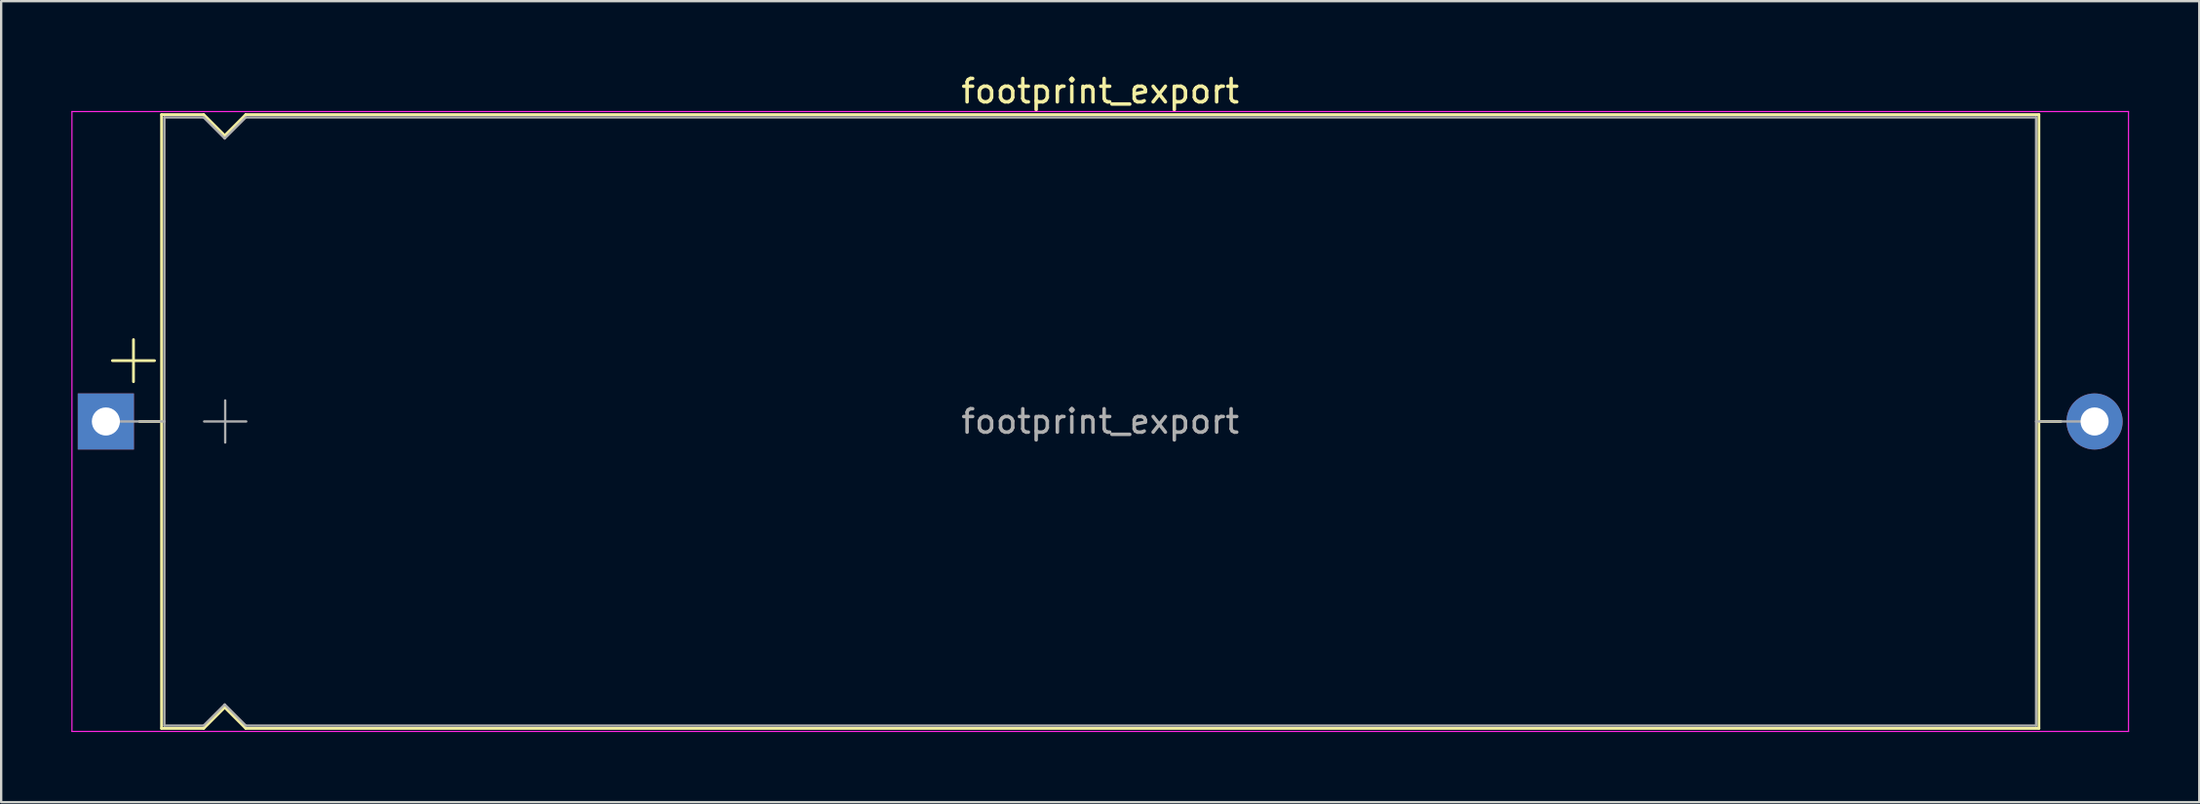
<source format=kicad_pcb>
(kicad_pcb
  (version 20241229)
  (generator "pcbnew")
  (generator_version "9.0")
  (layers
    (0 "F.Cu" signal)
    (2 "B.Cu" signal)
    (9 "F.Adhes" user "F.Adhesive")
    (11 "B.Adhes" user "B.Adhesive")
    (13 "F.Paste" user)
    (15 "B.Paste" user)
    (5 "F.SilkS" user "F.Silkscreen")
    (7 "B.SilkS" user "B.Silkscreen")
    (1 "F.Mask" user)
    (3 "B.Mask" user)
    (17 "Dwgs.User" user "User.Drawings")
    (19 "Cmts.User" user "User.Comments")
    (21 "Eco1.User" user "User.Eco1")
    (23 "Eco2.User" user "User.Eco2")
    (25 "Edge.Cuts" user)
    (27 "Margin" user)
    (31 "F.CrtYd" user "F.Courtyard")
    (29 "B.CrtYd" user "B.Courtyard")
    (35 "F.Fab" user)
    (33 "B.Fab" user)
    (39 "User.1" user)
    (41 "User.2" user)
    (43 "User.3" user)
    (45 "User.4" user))
  (footprint "footprint_export"
    (layer "F.Cu")
    (at 1.475 14.968)
    (property "Reference" "footprint_export" (at 42.5 -14.12 0) (layer "F.SilkS") (effects (font (size 1 1) (thickness 0.15))))
    (attr through_hole)
    (fp_line (start 0.28 -2.6) (end 2.08 -2.6) (stroke (width 0.12) (type solid)) (layer "F.SilkS"))
    (fp_line (start 1.18 -3.5) (end 1.18 -1.7) (stroke (width 0.12) (type solid)) (layer "F.SilkS"))
    (fp_line (start 1.44 0) (end 2.38 0) (stroke (width 0.12) (type solid)) (layer "F.SilkS"))
    (fp_line (start 2.38 -13.12) (end 2.38 13.12) (stroke (width 0.12) (type solid)) (layer "F.SilkS"))
    (fp_line (start 2.38 -13.12) (end 4.18 -13.12) (stroke (width 0.12) (type solid)) (layer "F.SilkS"))
    (fp_line (start 2.38 13.12) (end 4.18 13.12) (stroke (width 0.12) (type solid)) (layer "F.SilkS"))
    (fp_line (start 4.18 -13.12) (end 5.08 -12.22) (stroke (width 0.12) (type solid)) (layer "F.SilkS"))
    (fp_line (start 4.18 13.12) (end 5.08 12.22) (stroke (width 0.12) (type solid)) (layer "F.SilkS"))
    (fp_line (start 5.08 -12.22) (end 5.98 -13.12) (stroke (width 0.12) (type solid)) (layer "F.SilkS"))
    (fp_line (start 5.08 12.22) (end 5.98 13.12) (stroke (width 0.12) (type solid)) (layer "F.SilkS"))
    (fp_line (start 5.98 -13.12) (end 82.62 -13.12) (stroke (width 0.12) (type solid)) (layer "F.SilkS"))
    (fp_line (start 5.98 13.12) (end 82.62 13.12) (stroke (width 0.12) (type solid)) (layer "F.SilkS"))
    (fp_line (start 82.62 -13.12) (end 82.62 13.12) (stroke (width 0.12) (type solid)) (layer "F.SilkS"))
    (fp_line (start 83.56 0) (end 82.62 0) (stroke (width 0.12) (type solid)) (layer "F.SilkS"))
    (fp_line (start -1.45 -13.25) (end -1.45 13.25) (stroke (width 0.05) (type solid)) (layer "F.CrtYd"))
    (fp_line (start -1.45 13.25) (end 86.45 13.25) (stroke (width 0.05) (type solid)) (layer "F.CrtYd"))
    (fp_line (start 86.45 -13.25) (end -1.45 -13.25) (stroke (width 0.05) (type solid)) (layer "F.CrtYd"))
    (fp_line (start 86.45 13.25) (end 86.45 -13.25) (stroke (width 0.05) (type solid)) (layer "F.CrtYd"))
    (fp_line (start 0 0) (end 2.5 0) (stroke (width 0.1) (type solid)) (layer "F.Fab"))
    (fp_line (start 2.5 -13) (end 2.5 13) (stroke (width 0.1) (type solid)) (layer "F.Fab"))
    (fp_line (start 2.5 -13) (end 4.18 -13) (stroke (width 0.1) (type solid)) (layer "F.Fab"))
    (fp_line (start 2.5 13) (end 4.18 13) (stroke (width 0.1) (type solid)) (layer "F.Fab"))
    (fp_line (start 4.18 -13) (end 5.08 -12.1) (stroke (width 0.1) (type solid)) (layer "F.Fab"))
    (fp_line (start 4.18 13) (end 5.08 12.1) (stroke (width 0.1) (type solid)) (layer "F.Fab"))
    (fp_line (start 4.2 0) (end 6 0) (stroke (width 0.1) (type solid)) (layer "F.Fab"))
    (fp_line (start 5.08 -12.1) (end 5.98 -13) (stroke (width 0.1) (type solid)) (layer "F.Fab"))
    (fp_line (start 5.08 12.1) (end 5.98 13) (stroke (width 0.1) (type solid)) (layer "F.Fab"))
    (fp_line (start 5.1 -0.9) (end 5.1 0.9) (stroke (width 0.1) (type solid)) (layer "F.Fab"))
    (fp_line (start 5.98 -13) (end 82.5 -13) (stroke (width 0.1) (type solid)) (layer "F.Fab"))
    (fp_line (start 5.98 13) (end 82.5 13) (stroke (width 0.1) (type solid)) (layer "F.Fab"))
    (fp_line (start 82.5 -13) (end 82.5 13) (stroke (width 0.1) (type solid)) (layer "F.Fab"))
    (fp_line (start 85 0) (end 82.5 0) (stroke (width 0.1) (type solid)) (layer "F.Fab"))
    (fp_text user "${REFERENCE}" (at 42.5 0 0) (layer "F.Fab") (effects (font (size 1 1) (thickness 0.15))))
    (pad "1" thru_hole rect (at 0 0) (size 2.4 2.4) (drill 1.2) (layers "*.Cu" "*.Mask"))
    (pad "2" thru_hole oval (at 85 0) (size 2.4 2.4) (drill 1.2) (layers "*.Cu" "*.Mask")))
  (gr_rect
    (start -3 -3)
    (end 90.95 31.243)
    (stroke (width 0.1) (type default))
    (fill no)
    (layer "Edge.Cuts")))
</source>
